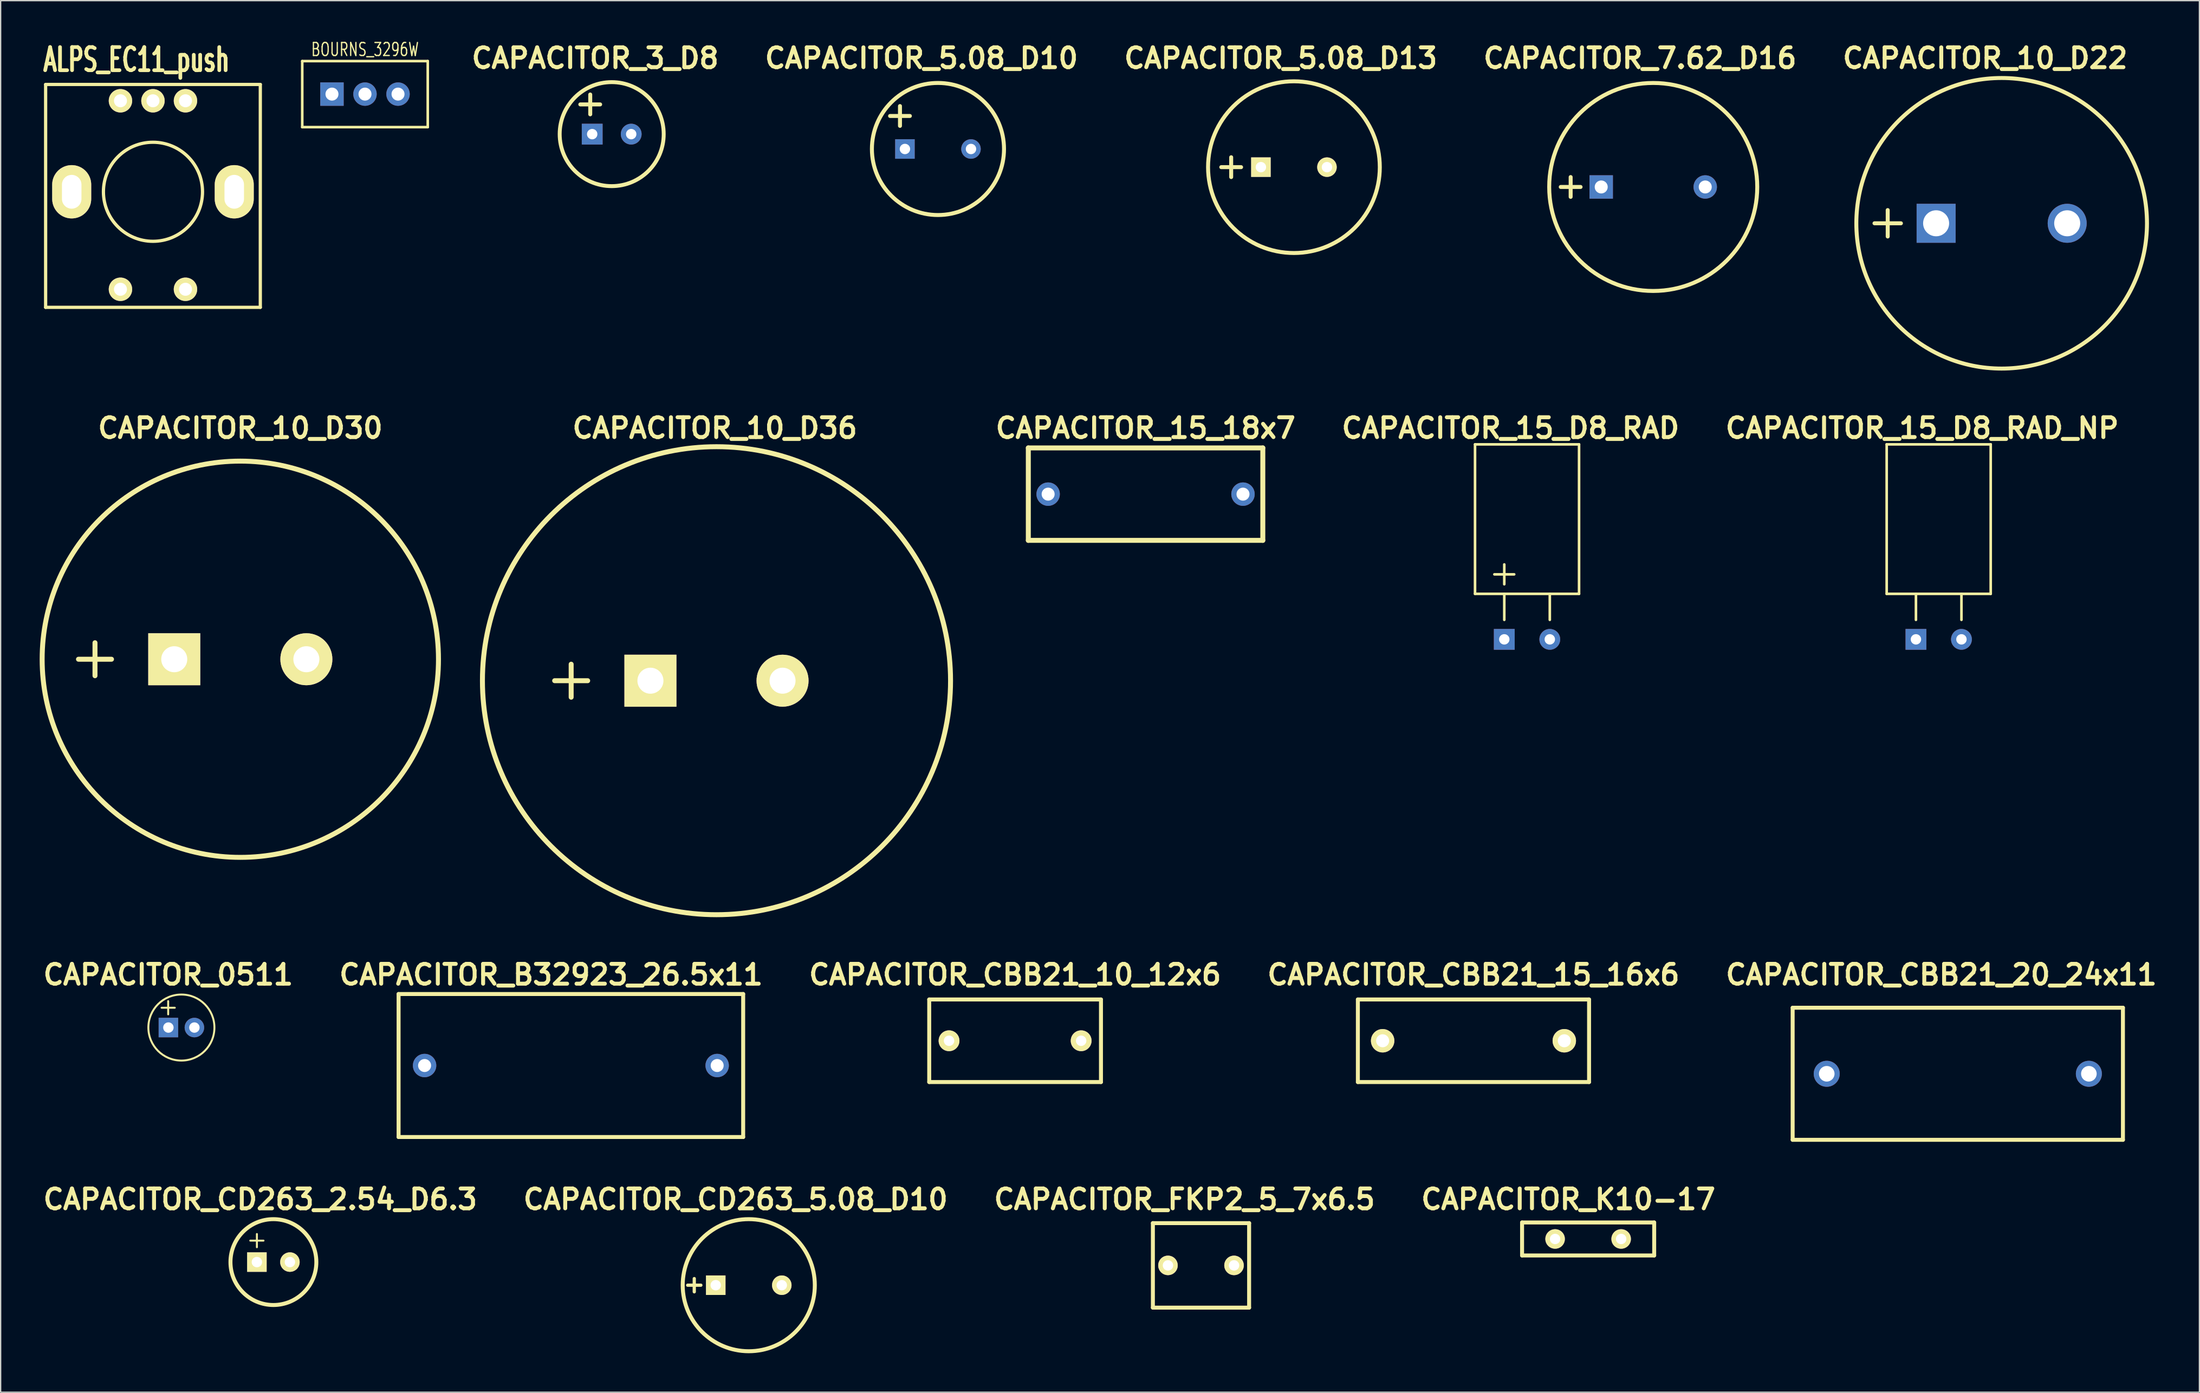
<source format=kicad_pcb>
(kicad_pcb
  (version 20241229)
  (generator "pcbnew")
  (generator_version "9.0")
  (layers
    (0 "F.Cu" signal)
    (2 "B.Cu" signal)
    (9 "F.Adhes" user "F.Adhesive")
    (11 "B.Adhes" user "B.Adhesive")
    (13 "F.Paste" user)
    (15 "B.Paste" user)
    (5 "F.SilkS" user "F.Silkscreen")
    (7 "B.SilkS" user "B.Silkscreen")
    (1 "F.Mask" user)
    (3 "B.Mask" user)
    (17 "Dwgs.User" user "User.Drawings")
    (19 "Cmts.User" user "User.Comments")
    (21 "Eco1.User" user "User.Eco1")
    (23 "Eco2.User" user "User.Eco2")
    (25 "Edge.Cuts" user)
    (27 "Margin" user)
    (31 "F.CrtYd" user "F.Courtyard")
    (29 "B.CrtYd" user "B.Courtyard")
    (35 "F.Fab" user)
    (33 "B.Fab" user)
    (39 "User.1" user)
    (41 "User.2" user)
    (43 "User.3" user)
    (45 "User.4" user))
  (footprint "CAPACITOR_5.08_D10"
    (layer "F.Cu")
    (at 69.083 8.411)
    (property "Reference" "CAPACITOR_5.08_D10" (at -1.27 -6.985 0) (layer "F.SilkS") (effects (font (size 1.524 1.524) (thickness 0.305))))
    (attr through_hole)
    (fp_line (start -3.683 -2.54) (end -2.159 -2.54) (stroke (width 0.305) (type solid)) (layer "F.SilkS"))
    (fp_line (start -2.921 -3.302) (end -2.921 -1.778) (stroke (width 0.305) (type solid)) (layer "F.SilkS"))
    (fp_circle (center 0 0) (end 5.08 0) (stroke (width 0.305) (type solid)) (fill no) (layer "F.SilkS"))
    (pad "1" thru_hole rect (at -2.54 0) (size 1.5 1.5) (drill 0.8) (layers "*.Cu" "*.Mask"))
    (pad "2" thru_hole circle (at 2.54 0) (size 1.5 1.5) (drill 0.8) (layers "*.Cu" "*.Mask")))
  (footprint "BOURNS_3296W"
    (layer "F.Cu")
    (at 22.48 4.189)
    (property "Reference" "BOURNS_3296W" (at 2.54 -3.429 0) (layer "F.SilkS") (effects (font (size 1 0.7) (thickness 0.1))))
    (attr through_hole)
    (fp_line (start -2.286 -2.54) (end 7.366 -2.54) (stroke (width 0.2) (type solid)) (layer "F.SilkS"))
    (fp_line (start -2.286 2.54) (end -2.286 -2.54) (stroke (width 0.2) (type solid)) (layer "F.SilkS"))
    (fp_line (start 7.366 2.54) (end -2.286 2.54) (stroke (width 0.2) (type solid)) (layer "F.SilkS"))
    (fp_line (start 7.366 2.54) (end 7.366 -2.54) (stroke (width 0.2) (type solid)) (layer "F.SilkS"))
    (pad "1" thru_hole rect (at 0 0) (size 1.8 1.8) (drill 1) (layers "*.Cu" "*.Mask"))
    (pad "2" thru_hole circle (at 2.54 0) (size 1.8 1.8) (drill 1) (layers "*.Cu" "*.Mask"))
    (pad "3" thru_hole circle (at 5.08 0) (size 1.8 1.8) (drill 1) (layers "*.Cu" "*.Mask")))
  (footprint "CAPACITOR_CD263_2.54_D6.3"
    (layer "F.Cu")
    (at 17.976 94.034)
    (property "Reference" "CAPACITOR_CD263_2.54_D6.3" (at -1.016 -4.826 0) (layer "F.SilkS") (effects (font (size 1.524 1.524) (thickness 0.305))))
    (attr through_hole)
    (fp_line (start -1.778 -1.651) (end -0.762 -1.651) (stroke (width 0.15) (type solid)) (layer "F.SilkS"))
    (fp_line (start -1.27 -2.159) (end -1.27 -1.143) (stroke (width 0.15) (type solid)) (layer "F.SilkS"))
    (fp_circle (center 0 0) (end 3.302 0) (stroke (width 0.305) (type solid)) (fill no) (layer "F.SilkS"))
    (pad "1" thru_hole rect (at -1.27 0) (size 1.5 1.5) (drill 0.8) (layers "*.Cu" "*.Mask" "F.SilkS"))
    (pad "2" thru_hole circle (at 1.27 0) (size 1.5 1.5) (drill 0.8) (layers "*.Cu" "*.Mask" "F.SilkS")))
  (footprint "CAPACITOR_0511"
    (layer "F.Cu")
    (at 10.9 75.993)
    (property "Reference" "CAPACITOR_0511" (at -1.016 -4.064 0) (layer "F.SilkS") (effects (font (size 1.524 1.524) (thickness 0.305))))
    (attr through_hole)
    (fp_line (start -1.524 -1.524) (end -0.508 -1.524) (stroke (width 0.15) (type solid)) (layer "F.SilkS"))
    (fp_line (start -1.016 -2.032) (end -1.016 -1.016) (stroke (width 0.15) (type solid)) (layer "F.SilkS"))
    (fp_circle (center 0 0) (end 2.54 0) (stroke (width 0.15) (type solid)) (fill no) (layer "F.SilkS"))
    (pad "1" thru_hole rect (at -1 0) (size 1.5 1.5) (drill 0.8) (layers "*.Cu" "*.Mask"))
    (pad "2" thru_hole circle (at 1 0) (size 1.5 1.5) (drill 0.8) (layers "*.Cu" "*.Mask")))
  (footprint "CAPACITOR_15_D8_RAD_NP"
    (layer "F.Cu")
    (at 146.044 46.131)
    (property "Reference" "CAPACITOR_15_D8_RAD_NP" (at -1.27 -16.25 0) (layer "F.SilkS") (effects (font (size 1.524 1.524) (thickness 0.305))))
    (attr through_hole)
    (fp_line (start -4 -15) (end -4 -3.5) (stroke (width 0.2) (type solid)) (layer "F.SilkS"))
    (fp_line (start -4 -15) (end 4 -15) (stroke (width 0.2) (type solid)) (layer "F.SilkS"))
    (fp_line (start -4 -3.5) (end 4 -3.5) (stroke (width 0.2) (type solid)) (layer "F.SilkS"))
    (fp_line (start -1.75 -1.5) (end -1.75 -3.5) (stroke (width 0.2) (type solid)) (layer "F.SilkS"))
    (fp_line (start 1.75 -1.5) (end 1.75 -3.5) (stroke (width 0.2) (type solid)) (layer "F.SilkS"))
    (fp_line (start 4 -15) (end 4 -3.5) (stroke (width 0.2) (type solid)) (layer "F.SilkS"))
    (pad "1" thru_hole rect (at -1.75 0) (size 1.6 1.6) (drill 0.8) (layers "*.Cu" "*.Mask"))
    (pad "2" thru_hole circle (at 1.75 0) (size 1.6 1.6) (drill 0.8) (layers "*.Cu" "*.Mask")))
  (footprint "CAPACITOR_10_D22"
    (layer "F.Cu")
    (at 150.886 14.126)
    (property "Reference" "CAPACITOR_10_D22" (at -1.27 -12.7 0) (layer "F.SilkS") (effects (font (size 1.524 1.524) (thickness 0.305))))
    (attr through_hole)
    (fp_line (start -9.779 0) (end -7.747 0) (stroke (width 0.305) (type solid)) (layer "F.SilkS"))
    (fp_line (start -8.763 1.016) (end -8.763 -1.016) (stroke (width 0.305) (type solid)) (layer "F.SilkS"))
    (fp_circle (center 0 0) (end 11.176 0) (stroke (width 0.305) (type solid)) (fill no) (layer "F.SilkS"))
    (pad "1" thru_hole rect (at -5.04 0) (size 3 3) (drill 2) (layers "*.Cu" "*.Mask"))
    (pad "2" thru_hole circle (at 5.04 0) (size 3 3) (drill 2) (layers "*.Cu" "*.Mask")))
  (footprint "ALPS_EC11_push"
    (layer "F.Cu")
    (at 8.714 11.702)
    (property "Reference" "ALPS_EC11_push" (at -1.27 -10.16 0) (layer "F.SilkS") (effects (font (size 1.778 1.143) (thickness 0.286))))
    (attr through_hole)
    (fp_line (start -8.255 -8.255) (end 8.255 -8.255) (stroke (width 0.25) (type solid)) (layer "F.SilkS"))
    (fp_line (start -8.255 8.89) (end -8.255 -8.255) (stroke (width 0.25) (type solid)) (layer "F.SilkS"))
    (fp_line (start 8.255 -8.255) (end 8.255 8.89) (stroke (width 0.25) (type solid)) (layer "F.SilkS"))
    (fp_line (start 8.255 8.89) (end -8.255 8.89) (stroke (width 0.25) (type solid)) (layer "F.SilkS"))
    (fp_circle (center 0 0) (end 3.81 0) (stroke (width 0.25) (type solid)) (fill no) (layer "F.SilkS"))
    (pad "1" thru_hole oval (at 2.5 -7) (size 1.8 1.8) (drill 1) (layers "*.Cu" "*.Mask" "F.SilkS"))
    (pad "2" thru_hole oval (at 0 -7) (size 1.8 1.8) (drill 1) (layers "*.Cu" "*.Mask" "F.SilkS"))
    (pad "3" thru_hole oval (at -6.25 0) (size 3 4.1) (drill oval 1.5 2.6) (layers "*.Cu" "*.Mask" "F.SilkS"))
    (pad "3" thru_hole oval (at -2.5 -7) (size 1.8 1.8) (drill 1) (layers "*.Cu" "*.Mask" "F.SilkS"))
    (pad "3" thru_hole oval (at 6.25 0) (size 3 4.1) (drill oval 1.5 2.6) (layers "*.Cu" "*.Mask" "F.SilkS"))
    (pad "4" thru_hole oval (at 2.5 7.5) (size 1.8 1.8) (drill 1) (layers "*.Cu" "*.Mask" "F.SilkS"))
    (pad "5" thru_hole oval (at -2.5 7.5) (size 1.8 1.8) (drill 1) (layers "*.Cu" "*.Mask" "F.SilkS")))
  (footprint "CAPACITOR_15_18x7"
    (layer "F.Cu")
    (at 85.049 34.961)
    (property "Reference" "CAPACITOR_15_18x7" (at 0 -5.08 0) (layer "F.SilkS") (effects (font (size 1.524 1.524) (thickness 0.305))))
    (attr through_hole)
    (fp_line (start -9.017 -3.556) (end 9.017 -3.556) (stroke (width 0.381) (type solid)) (layer "F.SilkS"))
    (fp_line (start -9.017 3.556) (end -9.017 -3.556) (stroke (width 0.381) (type solid)) (layer "F.SilkS"))
    (fp_line (start 9.017 3.556) (end -9.017 3.556) (stroke (width 0.381) (type solid)) (layer "F.SilkS"))
    (fp_line (start 9.017 3.556) (end 9.017 -3.556) (stroke (width 0.381) (type solid)) (layer "F.SilkS"))
    (pad "1" thru_hole circle (at -7.493 0) (size 1.8 1.8) (drill 1) (layers "*.Cu" "*.Mask"))
    (pad "2" thru_hole circle (at 7.493 0) (size 1.8 1.8) (drill 1) (layers "*.Cu" "*.Mask")))
  (footprint "CAPACITOR_CBB21_20_24x11"
    (layer "F.Cu")
    (at 147.513 79.549)
    (property "Reference" "CAPACITOR_CBB21_20_24x11" (at -1.27 -7.62 0) (layer "F.SilkS") (effects (font (size 1.524 1.524) (thickness 0.305))))
    (attr through_hole)
    (fp_line (start -12.7 -5.08) (end 12.7 -5.08) (stroke (width 0.305) (type solid)) (layer "F.SilkS"))
    (fp_line (start -12.7 5.08) (end -12.7 -5.08) (stroke (width 0.305) (type solid)) (layer "F.SilkS"))
    (fp_line (start 12.7 -5.08) (end 12.7 5.08) (stroke (width 0.305) (type solid)) (layer "F.SilkS"))
    (fp_line (start 12.7 5.08) (end -12.7 5.08) (stroke (width 0.305) (type solid)) (layer "F.SilkS"))
    (pad "1" thru_hole circle (at -10.08 0) (size 2 2) (drill 1.2) (layers "*.Cu" "*.Mask"))
    (pad "2" thru_hole circle (at 10.08 0) (size 2 2) (drill 1.2) (layers "*.Cu" "*.Mask")))
  (footprint "CAPACITOR_10_D30"
    (layer "F.Cu")
    (at 15.431 47.661)
    (property "Reference" "CAPACITOR_10_D30" (at 0 -17.78 0) (layer "F.SilkS") (effects (font (size 1.524 1.524) (thickness 0.305))))
    (attr through_hole)
    (fp_line (start -12.446 0) (end -9.906 0) (stroke (width 0.381) (type solid)) (layer "F.SilkS"))
    (fp_line (start -11.176 -1.27) (end -11.176 1.27) (stroke (width 0.381) (type solid)) (layer "F.SilkS"))
    (fp_circle (center 0 0) (end 15.24 0) (stroke (width 0.381) (type solid)) (fill no) (layer "F.SilkS"))
    (pad "1" thru_hole rect (at -5.08 0) (size 4 4) (drill 2) (layers "*.Cu" "*.Mask" "F.SilkS"))
    (pad "2" thru_hole circle (at 5.08 0) (size 4 4) (drill 2) (layers "*.Cu" "*.Mask" "F.SilkS")))
  (footprint "CAPACITOR_FKP2_5_7x6.5"
    (layer "F.Cu")
    (at 89.312 94.288)
    (property "Reference" "CAPACITOR_FKP2_5_7x6.5" (at -1.27 -5.08 0) (layer "F.SilkS") (effects (font (size 1.524 1.524) (thickness 0.305))))
    (attr through_hole)
    (fp_line (start -3.7 -3.25) (end -3.7 3.25) (stroke (width 0.305) (type solid)) (layer "F.SilkS"))
    (fp_line (start -3.7 3.25) (end 3.7 3.25) (stroke (width 0.305) (type solid)) (layer "F.SilkS"))
    (fp_line (start 3.7 -3.25) (end -3.7 -3.25) (stroke (width 0.305) (type solid)) (layer "F.SilkS"))
    (fp_line (start 3.7 3.25) (end 3.7 -3.25) (stroke (width 0.305) (type solid)) (layer "F.SilkS"))
    (pad "1" thru_hole circle (at -2.54 0) (size 1.5 1.5) (drill 0.8) (layers "*.Cu" "*.Mask" "F.SilkS"))
    (pad "2" thru_hole circle (at 2.54 0) (size 1.5 1.5) (drill 0.8) (layers "*.Cu" "*.Mask" "F.SilkS")))
  (footprint "CAPACITOR_5.08_D13"
    (layer "F.Cu")
    (at 96.459 9.808)
    (property "Reference" "CAPACITOR_5.08_D13" (at -1.016 -8.382 0) (layer "F.SilkS") (effects (font (size 1.524 1.524) (thickness 0.305))))
    (attr through_hole)
    (fp_line (start -5.588 0) (end -4.064 0) (stroke (width 0.305) (type solid)) (layer "F.SilkS"))
    (fp_line (start -4.826 -0.762) (end -4.826 0.762) (stroke (width 0.305) (type solid)) (layer "F.SilkS"))
    (fp_circle (center 0 0) (end 6.604 0) (stroke (width 0.305) (type solid)) (fill no) (layer "F.SilkS"))
    (pad "1" thru_hole rect (at -2.54 0) (size 1.5 1.5) (drill 0.8) (layers "*.Cu" "*.Mask" "F.SilkS"))
    (pad "2" thru_hole circle (at 2.54 0) (size 1.5 1.5) (drill 0.8) (layers "*.Cu" "*.Mask" "F.SilkS")))
  (footprint "CAPACITOR_B32923_26.5x11"
    (layer "F.Cu")
    (at 40.853 78.914)
    (property "Reference" "CAPACITOR_B32923_26.5x11" (at -1.524 -6.985 0) (layer "F.SilkS") (effects (font (size 1.524 1.524) (thickness 0.305))))
    (attr through_hole)
    (fp_line (start -13.25 -5.5) (end -13.25 5.5) (stroke (width 0.305) (type solid)) (layer "F.SilkS"))
    (fp_line (start -13.25 -5.5) (end 13.25 -5.5) (stroke (width 0.305) (type solid)) (layer "F.SilkS"))
    (fp_line (start -13.25 5.5) (end 13.25 5.5) (stroke (width 0.305) (type solid)) (layer "F.SilkS"))
    (fp_line (start 13.25 5.5) (end 13.25 -5.5) (stroke (width 0.305) (type solid)) (layer "F.SilkS"))
    (pad "1" thru_hole circle (at -11.25 0) (size 1.8 1.8) (drill 1) (layers "*.Cu" "*.Mask"))
    (pad "2" thru_hole circle (at 11.25 0) (size 1.8 1.8) (drill 1) (layers "*.Cu" "*.Mask")))
  (footprint "CAPACITOR_7.62_D16"
    (layer "F.Cu")
    (at 124.09 11.332)
    (property "Reference" "CAPACITOR_7.62_D16" (at -1.016 -9.906 0) (layer "F.SilkS") (effects (font (size 1.524 1.524) (thickness 0.305))))
    (attr through_hole)
    (fp_line (start -7.112 0) (end -5.588 0) (stroke (width 0.305) (type solid)) (layer "F.SilkS"))
    (fp_line (start -6.35 -0.762) (end -6.35 0.762) (stroke (width 0.305) (type solid)) (layer "F.SilkS"))
    (fp_circle (center 0 0) (end 8 0) (stroke (width 0.305) (type solid)) (fill no) (layer "F.SilkS"))
    (pad "1" thru_hole rect (at -4 0) (size 1.8 1.8) (drill 1) (layers "*.Cu" "*.Mask"))
    (pad "2" thru_hole circle (at 4 0) (size 1.8 1.8) (drill 1) (layers "*.Cu" "*.Mask")))
  (footprint "CAPACITOR_CBB21_15_16x6"
    (layer "F.Cu")
    (at 110.266 77.009)
    (property "Reference" "CAPACITOR_CBB21_15_16x6" (at 0 -5.08 0) (layer "F.SilkS") (effects (font (size 1.524 1.524) (thickness 0.305))))
    (attr through_hole)
    (fp_line (start -8.89 -3.175) (end -8.89 3.175) (stroke (width 0.305) (type solid)) (layer "F.SilkS"))
    (fp_line (start -8.89 -3.175) (end 8.89 -3.175) (stroke (width 0.305) (type solid)) (layer "F.SilkS"))
    (fp_line (start 8.89 3.175) (end -8.89 3.175) (stroke (width 0.305) (type solid)) (layer "F.SilkS"))
    (fp_line (start 8.89 3.175) (end 8.89 -3.175) (stroke (width 0.305) (type solid)) (layer "F.SilkS"))
    (pad "1" thru_hole circle (at -6.985 0) (size 1.8 1.8) (drill 1) (layers "*.Cu" "*.Mask" "F.SilkS"))
    (pad "2" thru_hole circle (at 6.985 0) (size 1.8 1.8) (drill 1) (layers "*.Cu" "*.Mask" "F.SilkS")))
  (footprint "CAPACITOR_CD263_5.08_D10"
    (layer "F.Cu")
    (at 54.533 95.812)
    (property "Reference" "CAPACITOR_CD263_5.08_D10" (at -1.016 -6.604 0) (layer "F.SilkS") (effects (font (size 1.524 1.524) (thickness 0.305))))
    (attr through_hole)
    (fp_line (start -4.699 0) (end -3.683 0) (stroke (width 0.25) (type solid)) (layer "F.SilkS"))
    (fp_line (start -4.191 -0.508) (end -4.191 0.508) (stroke (width 0.25) (type solid)) (layer "F.SilkS"))
    (fp_circle (center 0 0) (end 5.08 0) (stroke (width 0.305) (type solid)) (fill no) (layer "F.SilkS"))
    (pad "1" thru_hole rect (at -2.54 0) (size 1.5 1.5) (drill 0.8) (layers "*.Cu" "*.Mask" "F.SilkS"))
    (pad "2" thru_hole circle (at 2.54 0) (size 1.5 1.5) (drill 0.8) (layers "*.Cu" "*.Mask" "F.SilkS")))
  (footprint "CAPACITOR_10_D36"
    (layer "F.Cu")
    (at 52.051 49.312)
    (property "Reference" "CAPACITOR_10_D36" (at -0.127 -19.431 0) (layer "F.SilkS") (effects (font (size 1.524 1.524) (thickness 0.305))))
    (attr through_hole)
    (fp_line (start -12.446 0) (end -9.906 0) (stroke (width 0.381) (type solid)) (layer "F.SilkS"))
    (fp_line (start -11.176 -1.27) (end -11.176 1.27) (stroke (width 0.381) (type solid)) (layer "F.SilkS"))
    (fp_circle (center 0 0) (end 18 0) (stroke (width 0.381) (type solid)) (fill no) (layer "F.SilkS"))
    (pad "1" thru_hole rect (at -5.08 0) (size 4 4) (drill 2) (layers "*.Cu" "*.Mask" "F.SilkS"))
    (pad "2" thru_hole circle (at 5.08 0) (size 4 4) (drill 2) (layers "*.Cu" "*.Mask" "F.SilkS")))
  (footprint "CAPACITOR_K10-17"
    (layer "F.Cu")
    (at 119.084 92.256)
    (property "Reference" "CAPACITOR_K10-17" (at -1.524 -3.048 0) (layer "F.SilkS") (effects (font (size 1.524 1.524) (thickness 0.305))))
    (attr through_hole)
    (fp_line (start -5.08 -1.27) (end -5.08 1.27) (stroke (width 0.305) (type solid)) (layer "F.SilkS"))
    (fp_line (start -5.08 1.27) (end 5.08 1.27) (stroke (width 0.305) (type solid)) (layer "F.SilkS"))
    (fp_line (start 5.08 -1.27) (end -5.08 -1.27) (stroke (width 0.305) (type solid)) (layer "F.SilkS"))
    (fp_line (start 5.08 1.27) (end 5.08 -1.27) (stroke (width 0.305) (type solid)) (layer "F.SilkS"))
    (pad "1" thru_hole circle (at -2.54 0) (size 1.5 1.5) (drill 0.8) (layers "*.Cu" "*.Mask" "F.SilkS"))
    (pad "2" thru_hole circle (at 2.54 0) (size 1.5 1.5) (drill 0.8) (layers "*.Cu" "*.Mask" "F.SilkS")))
  (footprint "CAPACITOR_15_D8_RAD"
    (layer "F.Cu")
    (at 114.386 46.131)
    (property "Reference" "CAPACITOR_15_D8_RAD" (at -1.27 -16.25 0) (layer "F.SilkS") (effects (font (size 1.524 1.524) (thickness 0.305))))
    (attr through_hole)
    (fp_line (start -4 -15) (end -4 -3.5) (stroke (width 0.2) (type solid)) (layer "F.SilkS"))
    (fp_line (start -4 -15) (end 4 -15) (stroke (width 0.2) (type solid)) (layer "F.SilkS"))
    (fp_line (start -4 -3.5) (end 4 -3.5) (stroke (width 0.2) (type solid)) (layer "F.SilkS"))
    (fp_line (start -2.512 -5) (end -0.988 -5) (stroke (width 0.2) (type solid)) (layer "F.SilkS"))
    (fp_line (start -1.75 -5.762) (end -1.75 -4.238) (stroke (width 0.2) (type solid)) (layer "F.SilkS"))
    (fp_line (start -1.75 -1.5) (end -1.75 -3.5) (stroke (width 0.2) (type solid)) (layer "F.SilkS"))
    (fp_line (start 1.75 -1.5) (end 1.75 -3.5) (stroke (width 0.2) (type solid)) (layer "F.SilkS"))
    (fp_line (start 4 -15) (end 4 -3.5) (stroke (width 0.2) (type solid)) (layer "F.SilkS"))
    (pad "1" thru_hole rect (at -1.75 0) (size 1.6 1.6) (drill 0.8) (layers "*.Cu" "*.Mask"))
    (pad "2" thru_hole circle (at 1.75 0) (size 1.6 1.6) (drill 0.8) (layers "*.Cu" "*.Mask")))
  (footprint "CAPACITOR_CBB21_10_12x6"
    (layer "F.Cu")
    (at 75.015 77.009)
    (property "Reference" "CAPACITOR_CBB21_10_12x6" (at 0 -5.08 0) (layer "F.SilkS") (effects (font (size 1.524 1.524) (thickness 0.305))))
    (attr through_hole)
    (fp_line (start -6.604 -3.175) (end -6.604 3.175) (stroke (width 0.305) (type solid)) (layer "F.SilkS"))
    (fp_line (start -6.604 -3.175) (end 6.604 -3.175) (stroke (width 0.305) (type solid)) (layer "F.SilkS"))
    (fp_line (start -6.604 3.175) (end 6.604 3.175) (stroke (width 0.305) (type solid)) (layer "F.SilkS"))
    (fp_line (start 6.604 -3.175) (end 6.604 3.175) (stroke (width 0.305) (type solid)) (layer "F.SilkS"))
    (pad "1" thru_hole circle (at -5.08 0) (size 1.6 1.6) (drill 0.8) (layers "*.Cu" "*.Mask" "F.SilkS"))
    (pad "2" thru_hole circle (at 5.08 0) (size 1.6 1.6) (drill 0.8) (layers "*.Cu" "*.Mask" "F.SilkS")))
  (footprint "CAPACITOR_3_D8"
    (layer "F.Cu")
    (at 43.992 7.268)
    (property "Reference" "CAPACITOR_3_D8" (at -1.27 -5.842 0) (layer "F.SilkS") (effects (font (size 1.524 1.524) (thickness 0.305))))
    (attr through_hole)
    (fp_line (start -2.413 -2.286) (end -0.889 -2.286) (stroke (width 0.305) (type solid)) (layer "F.SilkS"))
    (fp_line (start -1.651 -3.048) (end -1.651 -1.524) (stroke (width 0.305) (type solid)) (layer "F.SilkS"))
    (fp_circle (center 0 0) (end 4 0) (stroke (width 0.3) (type solid)) (fill no) (layer "F.SilkS"))
    (pad "1" thru_hole rect (at -1.5 0) (size 1.6 1.6) (drill 0.8) (layers "*.Cu" "*.Mask"))
    (pad "2" thru_hole circle (at 1.5 0) (size 1.6 1.6) (drill 0.8) (layers "*.Cu" "*.Mask")))
  (gr_rect
    (start -3 -3)
    (end 166.094 104.045)
    (stroke (width 0.1) (type default))
    (fill no)
    (layer "Edge.Cuts")))
</source>
